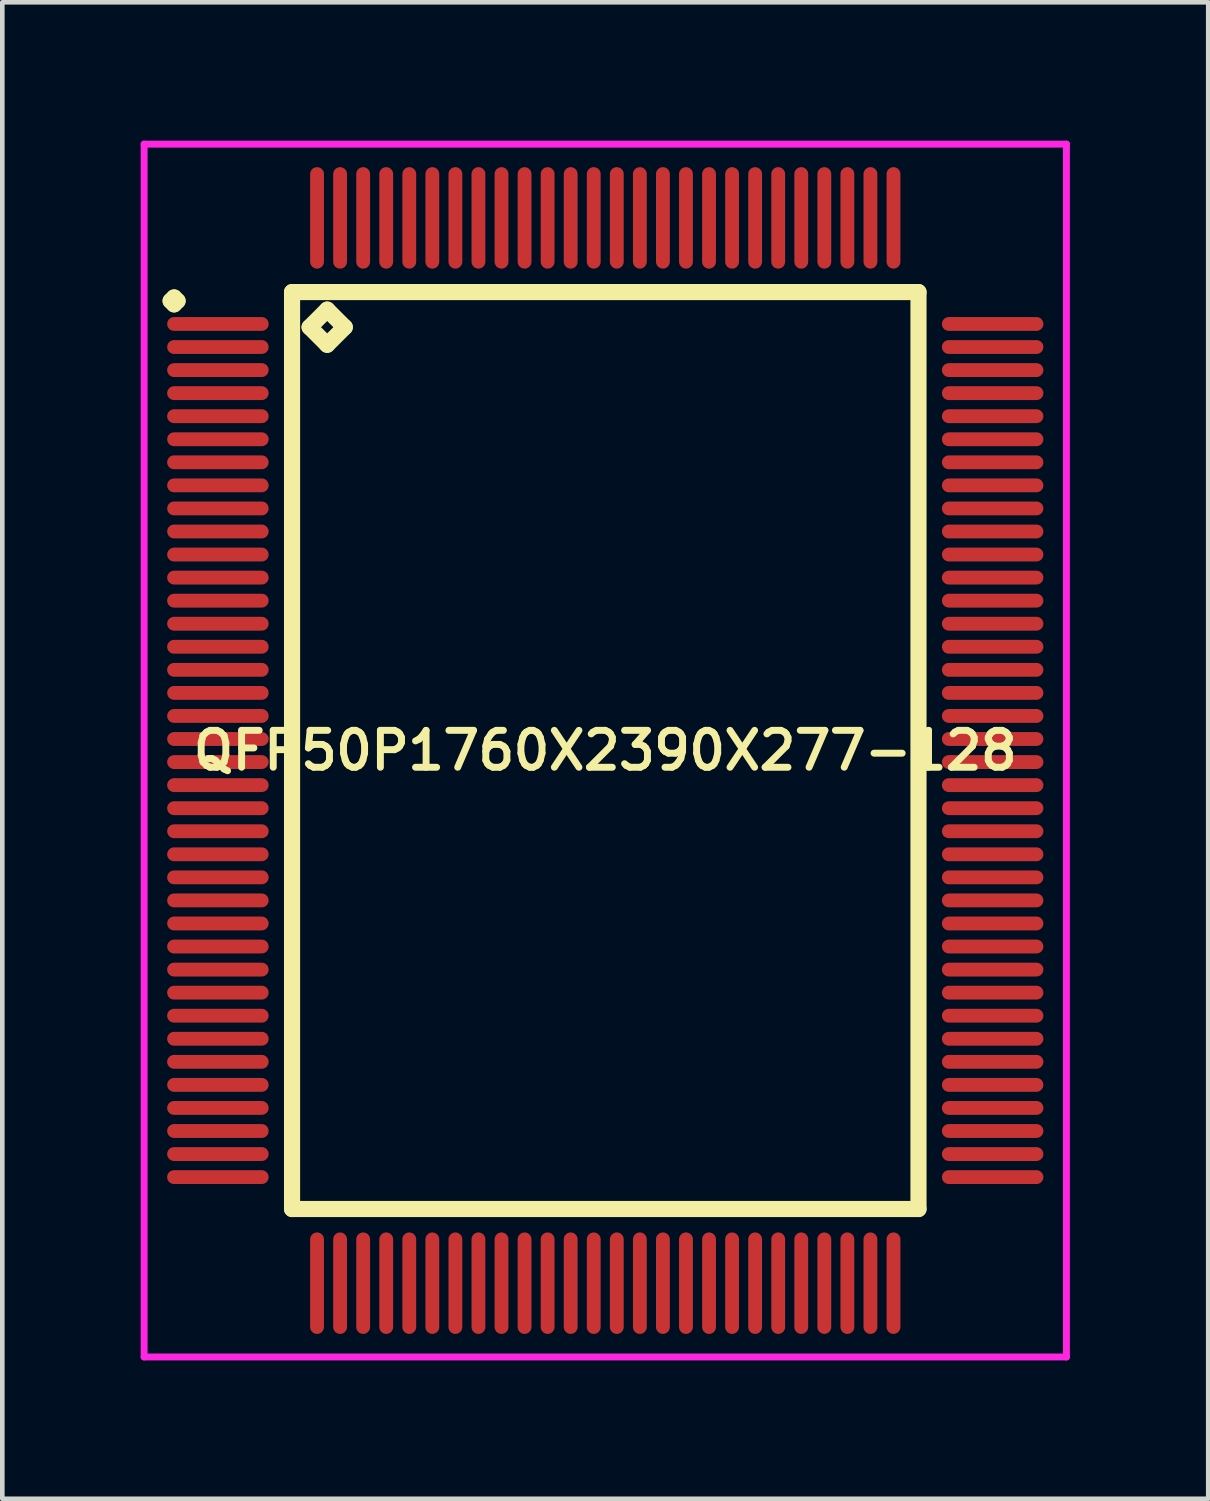
<source format=kicad_pcb>
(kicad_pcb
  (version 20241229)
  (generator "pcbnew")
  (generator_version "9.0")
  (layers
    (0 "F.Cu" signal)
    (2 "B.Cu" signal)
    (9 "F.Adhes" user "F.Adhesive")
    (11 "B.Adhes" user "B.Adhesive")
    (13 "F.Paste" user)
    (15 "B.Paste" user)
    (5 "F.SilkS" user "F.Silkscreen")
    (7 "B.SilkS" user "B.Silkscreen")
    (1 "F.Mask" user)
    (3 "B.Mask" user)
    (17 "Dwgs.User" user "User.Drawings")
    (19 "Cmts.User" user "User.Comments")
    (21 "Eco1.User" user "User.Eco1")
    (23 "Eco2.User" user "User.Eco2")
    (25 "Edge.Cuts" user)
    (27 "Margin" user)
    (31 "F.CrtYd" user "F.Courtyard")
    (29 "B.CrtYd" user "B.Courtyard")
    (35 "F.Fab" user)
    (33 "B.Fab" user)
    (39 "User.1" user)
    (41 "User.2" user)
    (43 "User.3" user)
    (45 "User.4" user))
  (footprint "QFP50P1760X2390X277-128"
    (layer "F.Cu")
    (at 10.075 13.225)
    (property "Reference" "QFP50P1760X2390X277-128" (at 0 0 0) (layer "F.SilkS") (effects (font (size 0.8 0.8) (thickness 0.15))))
    (attr smd)
    (fp_line (start -9.425 -9.75) (end -9.35 -9.825) (stroke (width 0.35) (type solid)) (layer "F.SilkS"))
    (fp_line (start -9.35 -9.825) (end -9.275 -9.75) (stroke (width 0.35) (type solid)) (layer "F.SilkS"))
    (fp_line (start -9.35 -9.675) (end -9.425 -9.75) (stroke (width 0.35) (type solid)) (layer "F.SilkS"))
    (fp_line (start -9.275 -9.75) (end -9.35 -9.675) (stroke (width 0.35) (type solid)) (layer "F.SilkS"))
    (fp_line (start -6.792 -9.942) (end -6.792 9.942) (stroke (width 0.35) (type solid)) (layer "F.SilkS"))
    (fp_line (start -6.792 9.942) (end 6.792 9.942) (stroke (width 0.35) (type solid)) (layer "F.SilkS"))
    (fp_line (start -6.411 -9.18) (end -6.03 -9.561) (stroke (width 0.35) (type solid)) (layer "F.SilkS"))
    (fp_line (start -6.03 -9.561) (end -5.649 -9.18) (stroke (width 0.35) (type solid)) (layer "F.SilkS"))
    (fp_line (start -6.03 -8.799) (end -6.411 -9.18) (stroke (width 0.35) (type solid)) (layer "F.SilkS"))
    (fp_line (start -5.649 -9.18) (end -6.03 -8.799) (stroke (width 0.35) (type solid)) (layer "F.SilkS"))
    (fp_line (start 6.792 -9.942) (end -6.792 -9.942) (stroke (width 0.35) (type solid)) (layer "F.SilkS"))
    (fp_line (start 6.792 9.942) (end 6.792 -9.942) (stroke (width 0.35) (type solid)) (layer "F.SilkS"))
    (fp_line (start -10 -13.15) (end 10 -13.15) (stroke (width 0.15) (type solid)) (layer "F.CrtYd"))
    (fp_line (start -10 13.15) (end -10 -13.15) (stroke (width 0.15) (type solid)) (layer "F.CrtYd"))
    (fp_line (start 10 -13.15) (end 10 13.15) (stroke (width 0.15) (type solid)) (layer "F.CrtYd"))
    (fp_line (start 10 13.15) (end -10 13.15) (stroke (width 0.15) (type solid)) (layer "F.CrtYd"))
    (pad "1" smd oval (at -8.4 -9.25) (size 2.2 0.3) (layers "F.Cu" "F.Mask" "F.Paste"))
    (pad "2" smd oval (at -8.4 -8.75) (size 2.2 0.3) (layers "F.Cu" "F.Mask" "F.Paste"))
    (pad "3" smd oval (at -8.4 -8.25) (size 2.2 0.3) (layers "F.Cu" "F.Mask" "F.Paste"))
    (pad "4" smd oval (at -8.4 -7.75) (size 2.2 0.3) (layers "F.Cu" "F.Mask" "F.Paste"))
    (pad "5" smd oval (at -8.4 -7.25) (size 2.2 0.3) (layers "F.Cu" "F.Mask" "F.Paste"))
    (pad "6" smd oval (at -8.4 -6.75) (size 2.2 0.3) (layers "F.Cu" "F.Mask" "F.Paste"))
    (pad "7" smd oval (at -8.4 -6.25) (size 2.2 0.3) (layers "F.Cu" "F.Mask" "F.Paste"))
    (pad "8" smd oval (at -8.4 -5.75) (size 2.2 0.3) (layers "F.Cu" "F.Mask" "F.Paste"))
    (pad "9" smd oval (at -8.4 -5.25) (size 2.2 0.3) (layers "F.Cu" "F.Mask" "F.Paste"))
    (pad "10" smd oval (at -8.4 -4.75) (size 2.2 0.3) (layers "F.Cu" "F.Mask" "F.Paste"))
    (pad "11" smd oval (at -8.4 -4.25) (size 2.2 0.3) (layers "F.Cu" "F.Mask" "F.Paste"))
    (pad "12" smd oval (at -8.4 -3.75) (size 2.2 0.3) (layers "F.Cu" "F.Mask" "F.Paste"))
    (pad "13" smd oval (at -8.4 -3.25) (size 2.2 0.3) (layers "F.Cu" "F.Mask" "F.Paste"))
    (pad "14" smd oval (at -8.4 -2.75) (size 2.2 0.3) (layers "F.Cu" "F.Mask" "F.Paste"))
    (pad "15" smd oval (at -8.4 -2.25) (size 2.2 0.3) (layers "F.Cu" "F.Mask" "F.Paste"))
    (pad "16" smd oval (at -8.4 -1.75) (size 2.2 0.3) (layers "F.Cu" "F.Mask" "F.Paste"))
    (pad "17" smd oval (at -8.4 -1.25) (size 2.2 0.3) (layers "F.Cu" "F.Mask" "F.Paste"))
    (pad "18" smd oval (at -8.4 -0.75) (size 2.2 0.3) (layers "F.Cu" "F.Mask" "F.Paste"))
    (pad "19" smd oval (at -8.4 -0.25) (size 2.2 0.3) (layers "F.Cu" "F.Mask" "F.Paste"))
    (pad "20" smd oval (at -8.4 0.25) (size 2.2 0.3) (layers "F.Cu" "F.Mask" "F.Paste"))
    (pad "21" smd oval (at -8.4 0.75) (size 2.2 0.3) (layers "F.Cu" "F.Mask" "F.Paste"))
    (pad "22" smd oval (at -8.4 1.25) (size 2.2 0.3) (layers "F.Cu" "F.Mask" "F.Paste"))
    (pad "23" smd oval (at -8.4 1.75) (size 2.2 0.3) (layers "F.Cu" "F.Mask" "F.Paste"))
    (pad "24" smd oval (at -8.4 2.25) (size 2.2 0.3) (layers "F.Cu" "F.Mask" "F.Paste"))
    (pad "25" smd oval (at -8.4 2.75) (size 2.2 0.3) (layers "F.Cu" "F.Mask" "F.Paste"))
    (pad "26" smd oval (at -8.4 3.25) (size 2.2 0.3) (layers "F.Cu" "F.Mask" "F.Paste"))
    (pad "27" smd oval (at -8.4 3.75) (size 2.2 0.3) (layers "F.Cu" "F.Mask" "F.Paste"))
    (pad "28" smd oval (at -8.4 4.25) (size 2.2 0.3) (layers "F.Cu" "F.Mask" "F.Paste"))
    (pad "29" smd oval (at -8.4 4.75) (size 2.2 0.3) (layers "F.Cu" "F.Mask" "F.Paste"))
    (pad "30" smd oval (at -8.4 5.25) (size 2.2 0.3) (layers "F.Cu" "F.Mask" "F.Paste"))
    (pad "31" smd oval (at -8.4 5.75) (size 2.2 0.3) (layers "F.Cu" "F.Mask" "F.Paste"))
    (pad "32" smd oval (at -8.4 6.25) (size 2.2 0.3) (layers "F.Cu" "F.Mask" "F.Paste"))
    (pad "33" smd oval (at -8.4 6.75) (size 2.2 0.3) (layers "F.Cu" "F.Mask" "F.Paste"))
    (pad "34" smd oval (at -8.4 7.25) (size 2.2 0.3) (layers "F.Cu" "F.Mask" "F.Paste"))
    (pad "35" smd oval (at -8.4 7.75) (size 2.2 0.3) (layers "F.Cu" "F.Mask" "F.Paste"))
    (pad "36" smd oval (at -8.4 8.25) (size 2.2 0.3) (layers "F.Cu" "F.Mask" "F.Paste"))
    (pad "37" smd oval (at -8.4 8.75) (size 2.2 0.3) (layers "F.Cu" "F.Mask" "F.Paste"))
    (pad "38" smd oval (at -8.4 9.25) (size 2.2 0.3) (layers "F.Cu" "F.Mask" "F.Paste"))
    (pad "39" smd oval (at -6.25 11.55) (size 0.3 2.2) (layers "F.Cu" "F.Mask" "F.Paste"))
    (pad "40" smd oval (at -5.75 11.55) (size 0.3 2.2) (layers "F.Cu" "F.Mask" "F.Paste"))
    (pad "41" smd oval (at -5.25 11.55) (size 0.3 2.2) (layers "F.Cu" "F.Mask" "F.Paste"))
    (pad "42" smd oval (at -4.75 11.55) (size 0.3 2.2) (layers "F.Cu" "F.Mask" "F.Paste"))
    (pad "43" smd oval (at -4.25 11.55) (size 0.3 2.2) (layers "F.Cu" "F.Mask" "F.Paste"))
    (pad "44" smd oval (at -3.75 11.55) (size 0.3 2.2) (layers "F.Cu" "F.Mask" "F.Paste"))
    (pad "45" smd oval (at -3.25 11.55) (size 0.3 2.2) (layers "F.Cu" "F.Mask" "F.Paste"))
    (pad "46" smd oval (at -2.75 11.55) (size 0.3 2.2) (layers "F.Cu" "F.Mask" "F.Paste"))
    (pad "47" smd oval (at -2.25 11.55) (size 0.3 2.2) (layers "F.Cu" "F.Mask" "F.Paste"))
    (pad "48" smd oval (at -1.75 11.55) (size 0.3 2.2) (layers "F.Cu" "F.Mask" "F.Paste"))
    (pad "49" smd oval (at -1.25 11.55) (size 0.3 2.2) (layers "F.Cu" "F.Mask" "F.Paste"))
    (pad "50" smd oval (at -0.75 11.55) (size 0.3 2.2) (layers "F.Cu" "F.Mask" "F.Paste"))
    (pad "51" smd oval (at -0.25 11.55) (size 0.3 2.2) (layers "F.Cu" "F.Mask" "F.Paste"))
    (pad "52" smd oval (at 0.25 11.55) (size 0.3 2.2) (layers "F.Cu" "F.Mask" "F.Paste"))
    (pad "53" smd oval (at 0.75 11.55) (size 0.3 2.2) (layers "F.Cu" "F.Mask" "F.Paste"))
    (pad "54" smd oval (at 1.25 11.55) (size 0.3 2.2) (layers "F.Cu" "F.Mask" "F.Paste"))
    (pad "55" smd oval (at 1.75 11.55) (size 0.3 2.2) (layers "F.Cu" "F.Mask" "F.Paste"))
    (pad "56" smd oval (at 2.25 11.55) (size 0.3 2.2) (layers "F.Cu" "F.Mask" "F.Paste"))
    (pad "57" smd oval (at 2.75 11.55) (size 0.3 2.2) (layers "F.Cu" "F.Mask" "F.Paste"))
    (pad "58" smd oval (at 3.25 11.55) (size 0.3 2.2) (layers "F.Cu" "F.Mask" "F.Paste"))
    (pad "59" smd oval (at 3.75 11.55) (size 0.3 2.2) (layers "F.Cu" "F.Mask" "F.Paste"))
    (pad "60" smd oval (at 4.25 11.55) (size 0.3 2.2) (layers "F.Cu" "F.Mask" "F.Paste"))
    (pad "61" smd oval (at 4.75 11.55) (size 0.3 2.2) (layers "F.Cu" "F.Mask" "F.Paste"))
    (pad "62" smd oval (at 5.25 11.55) (size 0.3 2.2) (layers "F.Cu" "F.Mask" "F.Paste"))
    (pad "63" smd oval (at 5.75 11.55) (size 0.3 2.2) (layers "F.Cu" "F.Mask" "F.Paste"))
    (pad "64" smd oval (at 6.25 11.55) (size 0.3 2.2) (layers "F.Cu" "F.Mask" "F.Paste"))
    (pad "65" smd oval (at 8.4 9.25) (size 2.2 0.3) (layers "F.Cu" "F.Mask" "F.Paste"))
    (pad "66" smd oval (at 8.4 8.75) (size 2.2 0.3) (layers "F.Cu" "F.Mask" "F.Paste"))
    (pad "67" smd oval (at 8.4 8.25) (size 2.2 0.3) (layers "F.Cu" "F.Mask" "F.Paste"))
    (pad "68" smd oval (at 8.4 7.75) (size 2.2 0.3) (layers "F.Cu" "F.Mask" "F.Paste"))
    (pad "69" smd oval (at 8.4 7.25) (size 2.2 0.3) (layers "F.Cu" "F.Mask" "F.Paste"))
    (pad "70" smd oval (at 8.4 6.75) (size 2.2 0.3) (layers "F.Cu" "F.Mask" "F.Paste"))
    (pad "71" smd oval (at 8.4 6.25) (size 2.2 0.3) (layers "F.Cu" "F.Mask" "F.Paste"))
    (pad "72" smd oval (at 8.4 5.75) (size 2.2 0.3) (layers "F.Cu" "F.Mask" "F.Paste"))
    (pad "73" smd oval (at 8.4 5.25) (size 2.2 0.3) (layers "F.Cu" "F.Mask" "F.Paste"))
    (pad "74" smd oval (at 8.4 4.75) (size 2.2 0.3) (layers "F.Cu" "F.Mask" "F.Paste"))
    (pad "75" smd oval (at 8.4 4.25) (size 2.2 0.3) (layers "F.Cu" "F.Mask" "F.Paste"))
    (pad "76" smd oval (at 8.4 3.75) (size 2.2 0.3) (layers "F.Cu" "F.Mask" "F.Paste"))
    (pad "77" smd oval (at 8.4 3.25) (size 2.2 0.3) (layers "F.Cu" "F.Mask" "F.Paste"))
    (pad "78" smd oval (at 8.4 2.75) (size 2.2 0.3) (layers "F.Cu" "F.Mask" "F.Paste"))
    (pad "79" smd oval (at 8.4 2.25) (size 2.2 0.3) (layers "F.Cu" "F.Mask" "F.Paste"))
    (pad "80" smd oval (at 8.4 1.75) (size 2.2 0.3) (layers "F.Cu" "F.Mask" "F.Paste"))
    (pad "81" smd oval (at 8.4 1.25) (size 2.2 0.3) (layers "F.Cu" "F.Mask" "F.Paste"))
    (pad "82" smd oval (at 8.4 0.75) (size 2.2 0.3) (layers "F.Cu" "F.Mask" "F.Paste"))
    (pad "83" smd oval (at 8.4 0.25) (size 2.2 0.3) (layers "F.Cu" "F.Mask" "F.Paste"))
    (pad "84" smd oval (at 8.4 -0.25) (size 2.2 0.3) (layers "F.Cu" "F.Mask" "F.Paste"))
    (pad "85" smd oval (at 8.4 -0.75) (size 2.2 0.3) (layers "F.Cu" "F.Mask" "F.Paste"))
    (pad "86" smd oval (at 8.4 -1.25) (size 2.2 0.3) (layers "F.Cu" "F.Mask" "F.Paste"))
    (pad "87" smd oval (at 8.4 -1.75) (size 2.2 0.3) (layers "F.Cu" "F.Mask" "F.Paste"))
    (pad "88" smd oval (at 8.4 -2.25) (size 2.2 0.3) (layers "F.Cu" "F.Mask" "F.Paste"))
    (pad "89" smd oval (at 8.4 -2.75) (size 2.2 0.3) (layers "F.Cu" "F.Mask" "F.Paste"))
    (pad "90" smd oval (at 8.4 -3.25) (size 2.2 0.3) (layers "F.Cu" "F.Mask" "F.Paste"))
    (pad "91" smd oval (at 8.4 -3.75) (size 2.2 0.3) (layers "F.Cu" "F.Mask" "F.Paste"))
    (pad "92" smd oval (at 8.4 -4.25) (size 2.2 0.3) (layers "F.Cu" "F.Mask" "F.Paste"))
    (pad "93" smd oval (at 8.4 -4.75) (size 2.2 0.3) (layers "F.Cu" "F.Mask" "F.Paste"))
    (pad "94" smd oval (at 8.4 -5.25) (size 2.2 0.3) (layers "F.Cu" "F.Mask" "F.Paste"))
    (pad "95" smd oval (at 8.4 -5.75) (size 2.2 0.3) (layers "F.Cu" "F.Mask" "F.Paste"))
    (pad "96" smd oval (at 8.4 -6.25) (size 2.2 0.3) (layers "F.Cu" "F.Mask" "F.Paste"))
    (pad "97" smd oval (at 8.4 -6.75) (size 2.2 0.3) (layers "F.Cu" "F.Mask" "F.Paste"))
    (pad "98" smd oval (at 8.4 -7.25) (size 2.2 0.3) (layers "F.Cu" "F.Mask" "F.Paste"))
    (pad "99" smd oval (at 8.4 -7.75) (size 2.2 0.3) (layers "F.Cu" "F.Mask" "F.Paste"))
    (pad "100" smd oval (at 8.4 -8.25) (size 2.2 0.3) (layers "F.Cu" "F.Mask" "F.Paste"))
    (pad "101" smd oval (at 8.4 -8.75) (size 2.2 0.3) (layers "F.Cu" "F.Mask" "F.Paste"))
    (pad "102" smd oval (at 8.4 -9.25) (size 2.2 0.3) (layers "F.Cu" "F.Mask" "F.Paste"))
    (pad "103" smd oval (at 6.25 -11.55) (size 0.3 2.2) (layers "F.Cu" "F.Mask" "F.Paste"))
    (pad "104" smd oval (at 5.75 -11.55) (size 0.3 2.2) (layers "F.Cu" "F.Mask" "F.Paste"))
    (pad "105" smd oval (at 5.25 -11.55) (size 0.3 2.2) (layers "F.Cu" "F.Mask" "F.Paste"))
    (pad "106" smd oval (at 4.75 -11.55) (size 0.3 2.2) (layers "F.Cu" "F.Mask" "F.Paste"))
    (pad "107" smd oval (at 4.25 -11.55) (size 0.3 2.2) (layers "F.Cu" "F.Mask" "F.Paste"))
    (pad "108" smd oval (at 3.75 -11.55) (size 0.3 2.2) (layers "F.Cu" "F.Mask" "F.Paste"))
    (pad "109" smd oval (at 3.25 -11.55) (size 0.3 2.2) (layers "F.Cu" "F.Mask" "F.Paste"))
    (pad "110" smd oval (at 2.75 -11.55) (size 0.3 2.2) (layers "F.Cu" "F.Mask" "F.Paste"))
    (pad "111" smd oval (at 2.25 -11.55) (size 0.3 2.2) (layers "F.Cu" "F.Mask" "F.Paste"))
    (pad "112" smd oval (at 1.75 -11.55) (size 0.3 2.2) (layers "F.Cu" "F.Mask" "F.Paste"))
    (pad "113" smd oval (at 1.25 -11.55) (size 0.3 2.2) (layers "F.Cu" "F.Mask" "F.Paste"))
    (pad "114" smd oval (at 0.75 -11.55) (size 0.3 2.2) (layers "F.Cu" "F.Mask" "F.Paste"))
    (pad "115" smd oval (at 0.25 -11.55) (size 0.3 2.2) (layers "F.Cu" "F.Mask" "F.Paste"))
    (pad "116" smd oval (at -0.25 -11.55) (size 0.3 2.2) (layers "F.Cu" "F.Mask" "F.Paste"))
    (pad "117" smd oval (at -0.75 -11.55) (size 0.3 2.2) (layers "F.Cu" "F.Mask" "F.Paste"))
    (pad "118" smd oval (at -1.25 -11.55) (size 0.3 2.2) (layers "F.Cu" "F.Mask" "F.Paste"))
    (pad "119" smd oval (at -1.75 -11.55) (size 0.3 2.2) (layers "F.Cu" "F.Mask" "F.Paste"))
    (pad "120" smd oval (at -2.25 -11.55) (size 0.3 2.2) (layers "F.Cu" "F.Mask" "F.Paste"))
    (pad "121" smd oval (at -2.75 -11.55) (size 0.3 2.2) (layers "F.Cu" "F.Mask" "F.Paste"))
    (pad "122" smd oval (at -3.25 -11.55) (size 0.3 2.2) (layers "F.Cu" "F.Mask" "F.Paste"))
    (pad "123" smd oval (at -3.75 -11.55) (size 0.3 2.2) (layers "F.Cu" "F.Mask" "F.Paste"))
    (pad "124" smd oval (at -4.25 -11.55) (size 0.3 2.2) (layers "F.Cu" "F.Mask" "F.Paste"))
    (pad "125" smd oval (at -4.75 -11.55) (size 0.3 2.2) (layers "F.Cu" "F.Mask" "F.Paste"))
    (pad "126" smd oval (at -5.25 -11.55) (size 0.3 2.2) (layers "F.Cu" "F.Mask" "F.Paste"))
    (pad "127" smd oval (at -5.75 -11.55) (size 0.3 2.2) (layers "F.Cu" "F.Mask" "F.Paste"))
    (pad "128" smd oval (at -6.25 -11.55) (size 0.3 2.2) (layers "F.Cu" "F.Mask" "F.Paste")))
  (gr_rect
    (start -3 -3)
    (end 23.15 29.45)
    (stroke (width 0.1) (type default))
    (fill no)
    (layer "Edge.Cuts")))
</source>
